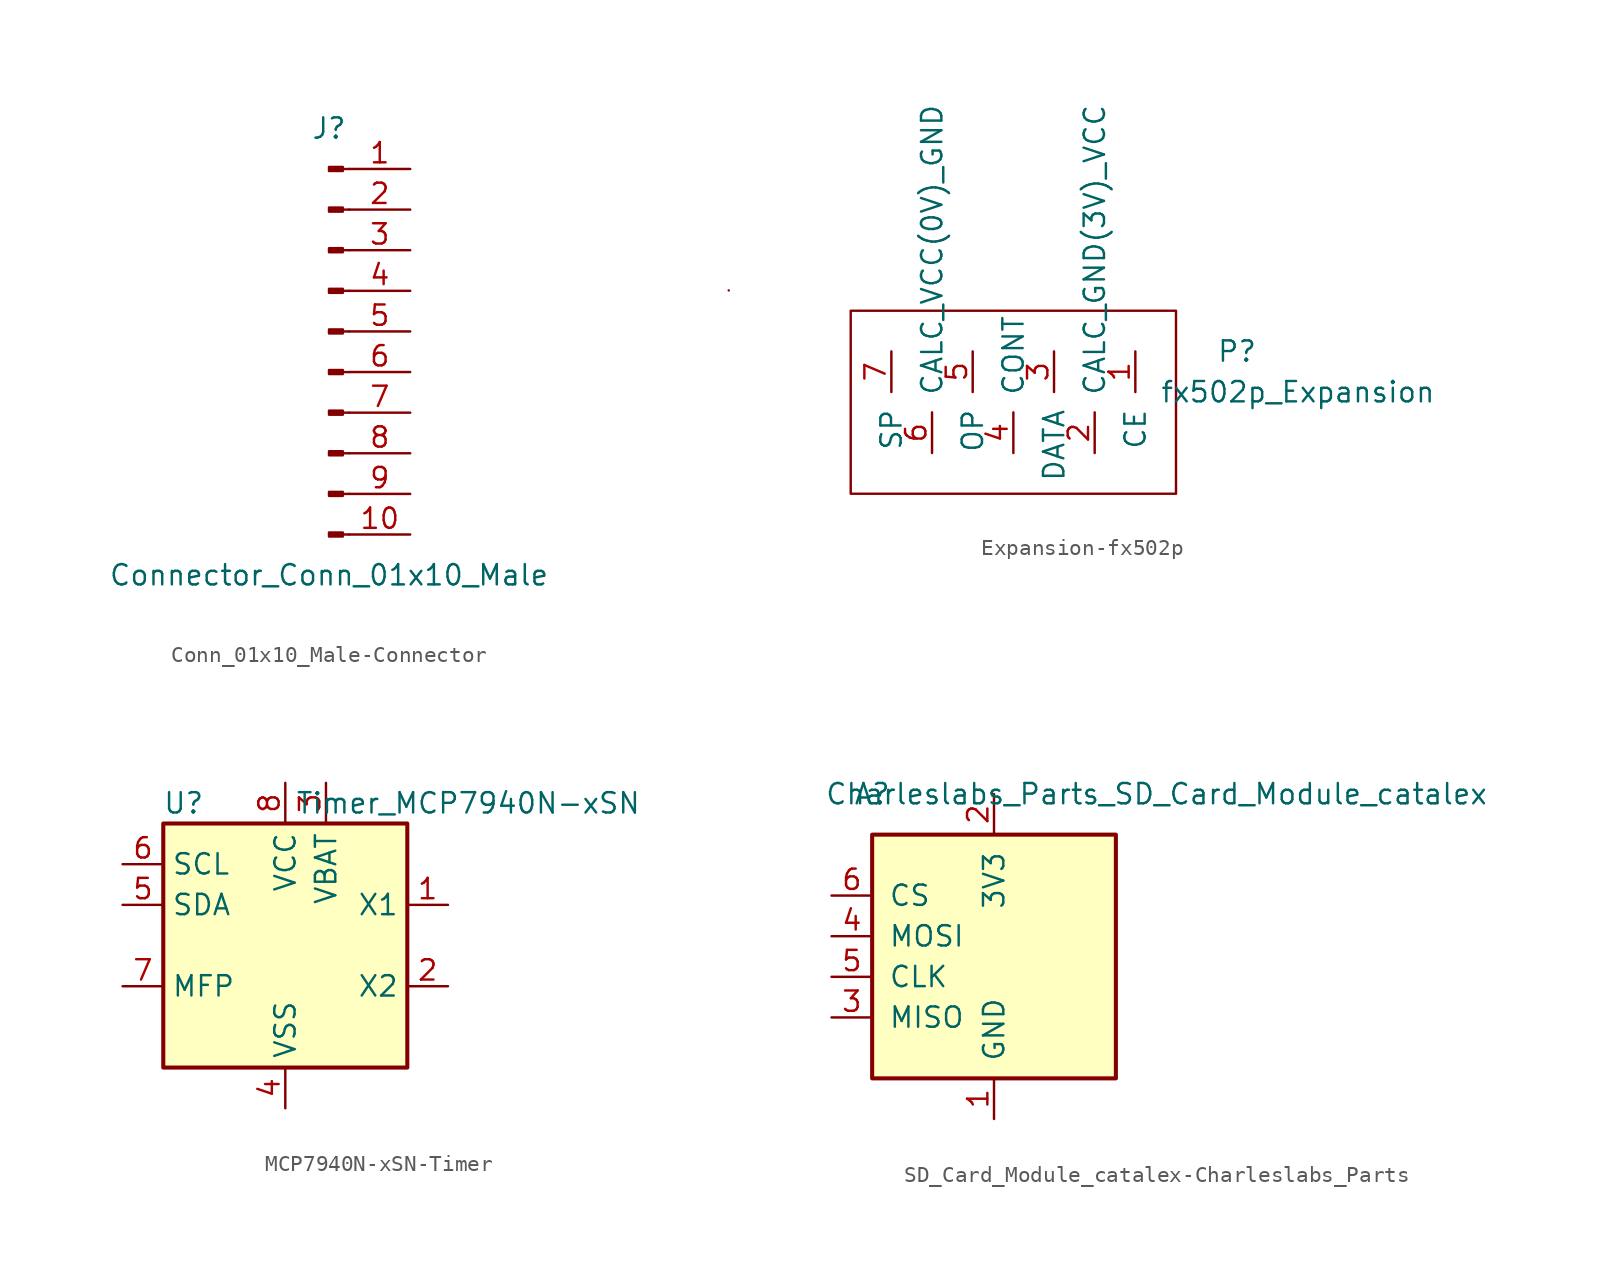
<source format=kicad_sym>
(kicad_symbol_lib
  (version 20231120)
  (generator "kicad_symbol_editor")
  (generator_version "8.0")
  (symbol "Conn_01x10_Male-Connector"
    (pin_names
      (offset 1.016) hide)
    (property "Reference" "J"
      (at 0 12.7 0)
      (effects (font (size 1.27 1.27))))
    (property "Value" "Connector_Conn_01x10_Male"
      (at 0 -15.24 0)
      (effects (font (size 1.27 1.27))))
    (symbol "Conn_01x10_Male-Connector_1_1"
      (polyline (pts (xy 1.27 -12.7) (xy 0.864 -12.7)) (stroke (width 0.152) (type solid)) (fill (type none)))
      (polyline (pts (xy 1.27 -10.16) (xy 0.864 -10.16)) (stroke (width 0.152) (type solid)) (fill (type none)))
      (polyline (pts (xy 1.27 -7.62) (xy 0.864 -7.62)) (stroke (width 0.152) (type solid)) (fill (type none)))
      (polyline (pts (xy 1.27 -5.08) (xy 0.864 -5.08)) (stroke (width 0.152) (type solid)) (fill (type none)))
      (polyline (pts (xy 1.27 -2.54) (xy 0.864 -2.54)) (stroke (width 0.152) (type solid)) (fill (type none)))
      (polyline (pts (xy 1.27 0) (xy 0.864 0)) (stroke (width 0.152) (type solid)) (fill (type none)))
      (polyline (pts (xy 1.27 2.54) (xy 0.864 2.54)) (stroke (width 0.152) (type solid)) (fill (type none)))
      (polyline (pts (xy 1.27 5.08) (xy 0.864 5.08)) (stroke (width 0.152) (type solid)) (fill (type none)))
      (polyline (pts (xy 1.27 7.62) (xy 0.864 7.62)) (stroke (width 0.152) (type solid)) (fill (type none)))
      (polyline (pts (xy 1.27 10.16) (xy 0.864 10.16)) (stroke (width 0.152) (type solid)) (fill (type none)))
      (rectangle (start 0.864 -12.573) (end 0 -12.827) (stroke (width 0.152) (type solid)) (fill (type outline)))
      (rectangle (start 0.864 -10.033) (end 0 -10.287) (stroke (width 0.152) (type solid)) (fill (type outline)))
      (rectangle (start 0.864 -7.493) (end 0 -7.747) (stroke (width 0.152) (type solid)) (fill (type outline)))
      (rectangle (start 0.864 -4.953) (end 0 -5.207) (stroke (width 0.152) (type solid)) (fill (type outline)))
      (rectangle (start 0.864 -2.413) (end 0 -2.667) (stroke (width 0.152) (type solid)) (fill (type outline)))
      (rectangle (start 0.864 0.127) (end 0 -0.127) (stroke (width 0.152) (type solid)) (fill (type outline)))
      (rectangle (start 0.864 2.667) (end 0 2.413) (stroke (width 0.152) (type solid)) (fill (type outline)))
      (rectangle (start 0.864 5.207) (end 0 4.953) (stroke (width 0.152) (type solid)) (fill (type outline)))
      (rectangle (start 0.864 7.747) (end 0 7.493) (stroke (width 0.152) (type solid)) (fill (type outline)))
      (rectangle (start 0.864 10.287) (end 0 10.033) (stroke (width 0.152) (type solid)) (fill (type outline)))
      (pin passive line (at 5.08 10.16 180) (length 3.81) (name "Pin_1" (effects (font (size 1.27 1.27)))) (number "1" (effects (font (size 1.27 1.27)))))
      (pin passive line (at 5.08 -12.7 180) (length 3.81) (name "Pin_10" (effects (font (size 1.27 1.27)))) (number "10" (effects (font (size 1.27 1.27)))))
      (pin passive line (at 5.08 7.62 180) (length 3.81) (name "Pin_2" (effects (font (size 1.27 1.27)))) (number "2" (effects (font (size 1.27 1.27)))))
      (pin passive line (at 5.08 5.08 180) (length 3.81) (name "Pin_3" (effects (font (size 1.27 1.27)))) (number "3" (effects (font (size 1.27 1.27)))))
      (pin passive line (at 5.08 2.54 180) (length 3.81) (name "Pin_4" (effects (font (size 1.27 1.27)))) (number "4" (effects (font (size 1.27 1.27)))))
      (pin passive line (at 5.08 0 180) (length 3.81) (name "Pin_5" (effects (font (size 1.27 1.27)))) (number "5" (effects (font (size 1.27 1.27)))))
      (pin passive line (at 5.08 -2.54 180) (length 3.81) (name "Pin_6" (effects (font (size 1.27 1.27)))) (number "6" (effects (font (size 1.27 1.27)))))
      (pin passive line (at 5.08 -5.08 180) (length 3.81) (name "Pin_7" (effects (font (size 1.27 1.27)))) (number "7" (effects (font (size 1.27 1.27)))))
      (pin passive line (at 5.08 -7.62 180) (length 3.81) (name "Pin_8" (effects (font (size 1.27 1.27)))) (number "8" (effects (font (size 1.27 1.27)))))
      (pin passive line (at 5.08 -10.16 180) (length 3.81) (name "Pin_9" (effects (font (size 1.27 1.27)))) (number "9" (effects (font (size 1.27 1.27)))))))
  (symbol "Expansion-fx502p"
    (pin_names
      (offset 1.016))
    (property "Reference" "P"
      (at 11.43 3.81 0)
      (effects (font (size 1.27 1.27))))
    (property "Value" "fx502p_Expansion"
      (at 15.24 1.27 0)
      (effects (font (size 1.27 1.27))))
    (symbol "Expansion-fx502p_0_1"
      (rectangle (start -20.32 7.62) (end -20.32 7.62) (stroke (width 0) (type solid)) (fill (type none)))
      (rectangle (start -12.7 6.35) (end 7.62 -5.08) (stroke (width 0) (type solid)) (fill (type none))))
    (symbol "Expansion-fx502p_1_1"
      (pin input line (at 5.08 3.81 270) (length 2.54) (name "CE" (effects (font (size 1.27 1.27)))) (number "1" (effects (font (size 1.27 1.27)))))
      (pin input line (at 2.54 -2.54 90) (length 2.54) (name "CALC_GND(3V)_VCC" (effects (font (size 1.27 1.27)))) (number "2" (effects (font (size 1.27 1.27)))))
      (pin input line (at 0 3.81 270) (length 2.54) (name "DATA" (effects (font (size 1.27 1.27)))) (number "3" (effects (font (size 1.27 1.27)))))
      (pin input line (at -2.54 -2.54 90) (length 2.54) (name "CONT" (effects (font (size 1.27 1.27)))) (number "4" (effects (font (size 1.27 1.27)))))
      (pin input line (at -5.08 3.81 270) (length 2.54) (name "OP" (effects (font (size 1.27 1.27)))) (number "5" (effects (font (size 1.27 1.27)))))
      (pin input line (at -7.62 -2.54 90) (length 2.54) (name "CALC_VCC(0V)_GND" (effects (font (size 1.27 1.27)))) (number "6" (effects (font (size 1.27 1.27)))))
      (pin input line (at -10.16 3.81 270) (length 2.54) (name "SP" (effects (font (size 1.27 1.27)))) (number "7" (effects (font (size 1.27 1.27)))))))
  (symbol "MCP7940N-xSN-Timer"
    (property "Reference" "U"
      (at -6.35 8.89 0)
      (effects (font (size 1.27 1.27))))
    (property "Value" "Timer_MCP7940N-xSN"
      (at 11.43 8.89 0)
      (effects (font (size 1.27 1.27))))
    (symbol "MCP7940N-xSN-Timer_0_1"
      (rectangle (start -7.62 7.62) (end 7.62 -7.62) (stroke (width 0.254) (type solid)) (fill (type background))))
    (symbol "MCP7940N-xSN-Timer_1_1"
      (pin input line (at 10.16 2.54 180) (length 2.54) (name "X1" (effects (font (size 1.27 1.27)))) (number "1" (effects (font (size 1.27 1.27)))))
      (pin output line (at 10.16 -2.54 180) (length 2.54) (name "X2" (effects (font (size 1.27 1.27)))) (number "2" (effects (font (size 1.27 1.27)))))
      (pin power_in line (at 2.54 10.16 270) (length 2.54) (name "VBAT" (effects (font (size 1.27 1.27)))) (number "3" (effects (font (size 1.27 1.27)))))
      (pin power_in line (at 0 -10.16 90) (length 2.54) (name "VSS" (effects (font (size 1.27 1.27)))) (number "4" (effects (font (size 1.27 1.27)))))
      (pin bidirectional line (at -10.16 2.54 0) (length 2.54) (name "SDA" (effects (font (size 1.27 1.27)))) (number "5" (effects (font (size 1.27 1.27)))))
      (pin input line (at -10.16 5.08 0) (length 2.54) (name "SCL" (effects (font (size 1.27 1.27)))) (number "6" (effects (font (size 1.27 1.27)))))
      (pin open_collector line (at -10.16 -2.54 0) (length 2.54) (name "MFP" (effects (font (size 1.27 1.27)))) (number "7" (effects (font (size 1.27 1.27)))))
      (pin power_in line (at 0 10.16 270) (length 2.54) (name "VCC" (effects (font (size 1.27 1.27)))) (number "8" (effects (font (size 1.27 1.27)))))))
  (symbol "SD_Card_Module_catalex-Charleslabs_Parts"
    (pin_names
      (offset 1.016))
    (property "Reference" "A"
      (at -7.62 10.16 0)
      (effects (font (size 1.27 1.27))))
    (property "Value" "Charleslabs_Parts_SD_Card_Module_catalex"
      (at 10.16 10.16 0)
      (effects (font (size 1.27 1.27))))
    (symbol "SD_Card_Module_catalex-Charleslabs_Parts_0_1"
      (rectangle (start -7.62 7.62) (end 7.62 -7.62) (stroke (width 0.254) (type solid)) (fill (type background))))
    (symbol "SD_Card_Module_catalex-Charleslabs_Parts_1_1"
      (pin power_in line (at 0 -10.16 90) (length 2.54) (name "GND" (effects (font (size 1.27 1.27)))) (number "1" (effects (font (size 1.27 1.27)))))
      (pin power_in line (at 0 10.16 270) (length 2.54) (name "3V3" (effects (font (size 1.27 1.27)))) (number "2" (effects (font (size 1.27 1.27)))))
      (pin output line (at -10.16 -3.81 0) (length 2.54) (name "MISO" (effects (font (size 1.27 1.27)))) (number "3" (effects (font (size 1.27 1.27)))))
      (pin input line (at -10.16 1.27 0) (length 2.54) (name "MOSI" (effects (font (size 1.27 1.27)))) (number "4" (effects (font (size 1.27 1.27)))))
      (pin input line (at -10.16 -1.27 0) (length 2.54) (name "CLK" (effects (font (size 1.27 1.27)))) (number "5" (effects (font (size 1.27 1.27)))))
      (pin input line (at -10.16 3.81 0) (length 2.54) (name "CS" (effects (font (size 1.27 1.27)))) (number "6" (effects (font (size 1.27 1.27))))))))
</source>
